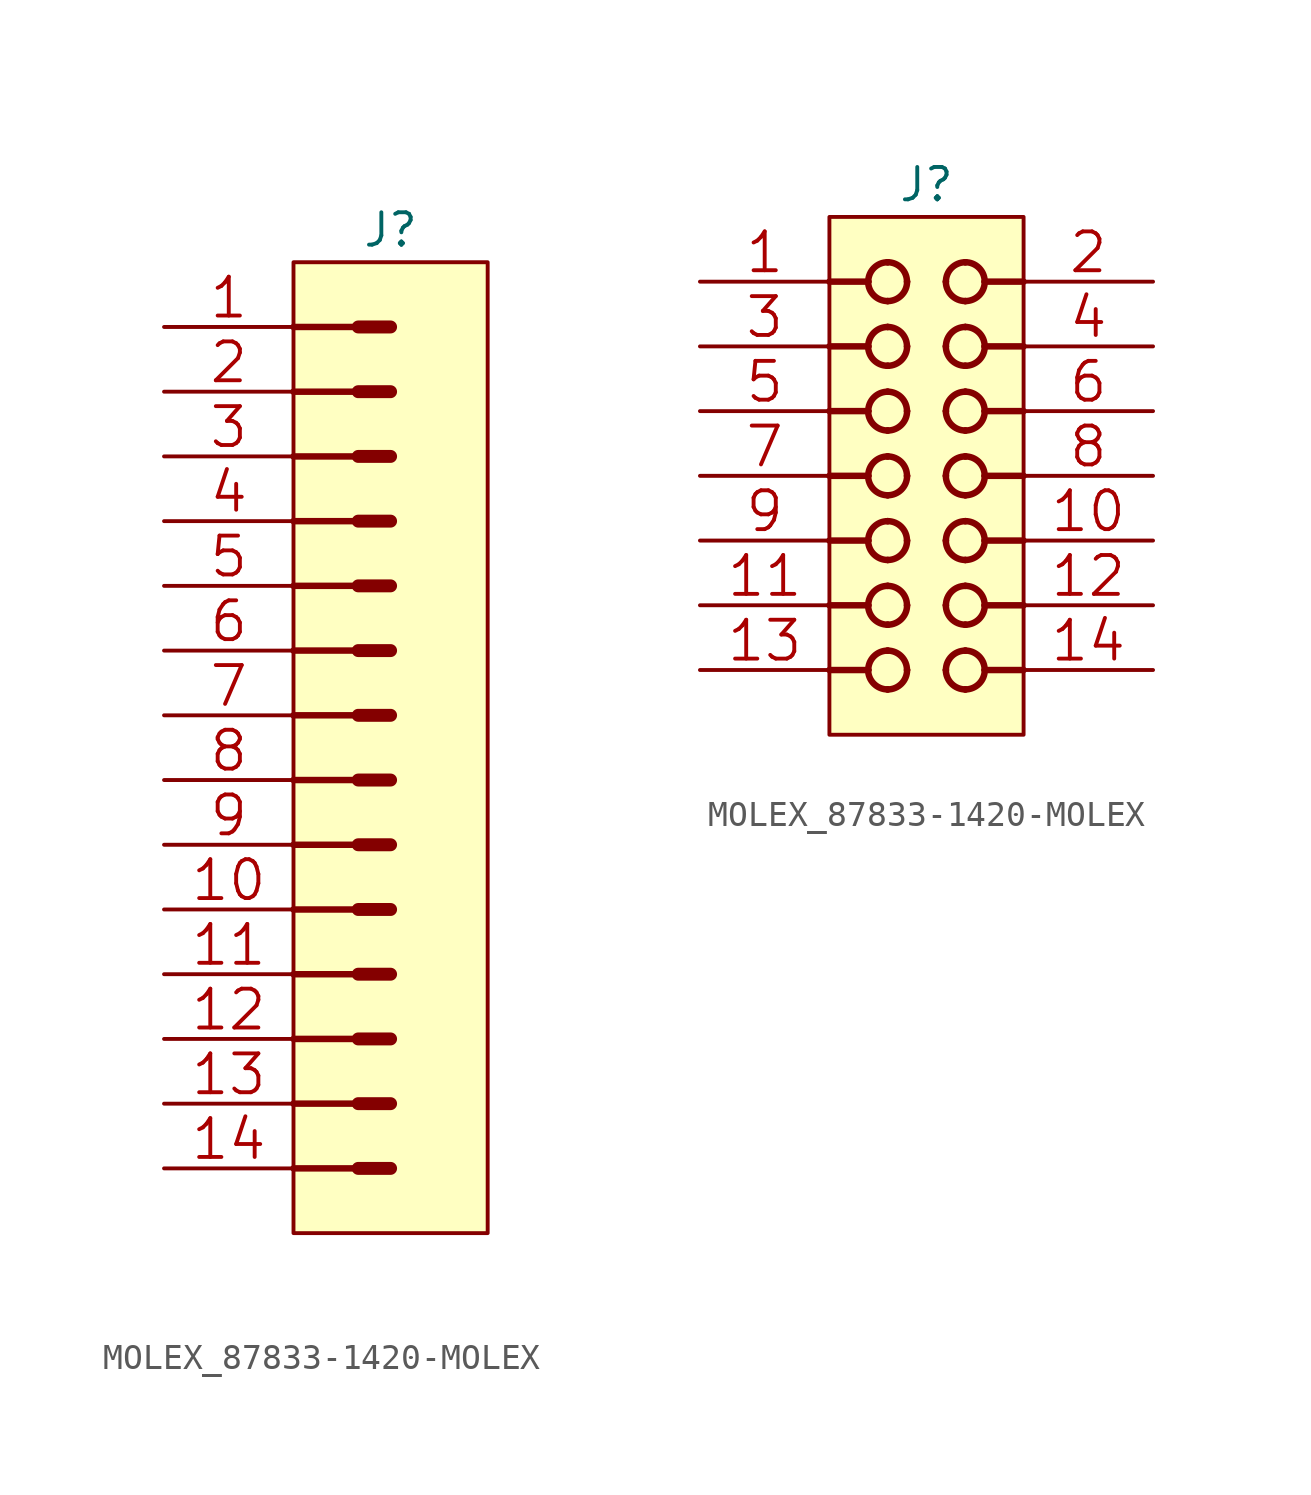
<source format=kicad_sym>
(kicad_symbol_lib
  (version 20200126)
  (host kicad_symbol_editor "(5.99.0-2809-gaceed2b0a4)")
  (symbol "LCD_Board-rescue:MOLEX_87833-1420-MOLEX"
    (pin_names
      (offset 1.27))
    (property "Reference" "J"
      (at 3.81 1.27 0)
      (effects (font (size 1.27 1.27))))
    (property "ki_locked" ""
      (at 0 0 0)
      (effects (font (size 1.27 1.27))))
    (symbol "MOLEX_87833-1420-MOLEX_0_2"
      (arc (start 2.286 -17.018) (end 3.048 -17.78) (radius (at 2.286 -17.78) (length 0.762) (angles 90 0)) (stroke (width 0.254)) (fill (type none)))
      (arc (start 2.286 -17.018) (end 1.524 -17.78) (radius (at 2.286 -17.78) (length 0.762) (angles 90 180)) (stroke (width 0.254)) (fill (type none)))
      (arc (start 2.286 -18.542) (end 3.048 -17.78) (radius (at 2.286 -17.78) (length 0.762) (angles -90 0)) (stroke (width 0.254)) (fill (type none)))
      (arc (start 2.286 -18.542) (end 1.524 -17.78) (radius (at 2.286 -17.78) (length 0.762) (angles -90 180)) (stroke (width 0.254)) (fill (type none)))
      (arc (start 2.286 -14.478) (end 3.048 -15.24) (radius (at 2.286 -15.24) (length 0.762) (angles 90 0)) (stroke (width 0.254)) (fill (type none)))
      (arc (start 2.286 -14.478) (end 1.524 -15.24) (radius (at 2.286 -15.24) (length 0.762) (angles 90 180)) (stroke (width 0.254)) (fill (type none)))
      (arc (start 2.286 -16.002) (end 3.048 -15.24) (radius (at 2.286 -15.24) (length 0.762) (angles -90 0)) (stroke (width 0.254)) (fill (type none)))
      (arc (start 2.286 -16.002) (end 1.524 -15.24) (radius (at 2.286 -15.24) (length 0.762) (angles -90 180)) (stroke (width 0.254)) (fill (type none)))
      (arc (start 2.286 -11.938) (end 3.048 -12.7) (radius (at 2.286 -12.7) (length 0.762) (angles 90 0)) (stroke (width 0.254)) (fill (type none)))
      (arc (start 2.286 -11.938) (end 1.524 -12.7) (radius (at 2.286 -12.7) (length 0.762) (angles 90 180)) (stroke (width 0.254)) (fill (type none)))
      (arc (start 2.286 -13.462) (end 3.048 -12.7) (radius (at 2.286 -12.7) (length 0.762) (angles -90 0)) (stroke (width 0.254)) (fill (type none)))
      (arc (start 2.286 -13.462) (end 1.524 -12.7) (radius (at 2.286 -12.7) (length 0.762) (angles -90 180)) (stroke (width 0.254)) (fill (type none)))
      (arc (start 2.286 -9.398) (end 3.048 -10.16) (radius (at 2.286 -10.16) (length 0.762) (angles 90 0)) (stroke (width 0.254)) (fill (type none)))
      (arc (start 2.286 -9.398) (end 1.524 -10.16) (radius (at 2.286 -10.16) (length 0.762) (angles 90 180)) (stroke (width 0.254)) (fill (type none)))
      (arc (start 2.286 -10.922) (end 3.048 -10.16) (radius (at 2.286 -10.16) (length 0.762) (angles -90 0)) (stroke (width 0.254)) (fill (type none)))
      (arc (start 2.286 -10.922) (end 1.524 -10.16) (radius (at 2.286 -10.16) (length 0.762) (angles -90 180)) (stroke (width 0.254)) (fill (type none)))
      (arc (start 2.286 -6.858) (end 3.048 -7.62) (radius (at 2.286 -7.62) (length 0.762) (angles 90 0)) (stroke (width 0.254)) (fill (type none)))
      (arc (start 2.286 -6.858) (end 1.524 -7.62) (radius (at 2.286 -7.62) (length 0.762) (angles 90 180)) (stroke (width 0.254)) (fill (type none)))
      (arc (start 2.286 -8.382) (end 3.048 -7.62) (radius (at 2.286 -7.62) (length 0.762) (angles -90 0)) (stroke (width 0.254)) (fill (type none)))
      (arc (start 2.286 -8.382) (end 1.524 -7.62) (radius (at 2.286 -7.62) (length 0.762) (angles -90 180)) (stroke (width 0.254)) (fill (type none)))
      (arc (start 2.286 -4.318) (end 3.048 -5.08) (radius (at 2.286 -5.08) (length 0.762) (angles 90 0)) (stroke (width 0.254)) (fill (type none)))
      (arc (start 2.286 -4.318) (end 1.524 -5.08) (radius (at 2.286 -5.08) (length 0.762) (angles 90 180)) (stroke (width 0.254)) (fill (type none)))
      (arc (start 2.286 -5.842) (end 3.048 -5.08) (radius (at 2.286 -5.08) (length 0.762) (angles -90 0)) (stroke (width 0.254)) (fill (type none)))
      (arc (start 2.286 -5.842) (end 1.524 -5.08) (radius (at 2.286 -5.08) (length 0.762) (angles -90 180)) (stroke (width 0.254)) (fill (type none)))
      (arc (start 2.286 -1.778) (end 3.048 -2.54) (radius (at 2.286 -2.54) (length 0.762) (angles 90 0)) (stroke (width 0.254)) (fill (type none)))
      (arc (start 2.286 -1.778) (end 1.524 -2.54) (radius (at 2.286 -2.54) (length 0.762) (angles 90 180)) (stroke (width 0.254)) (fill (type none)))
      (arc (start 2.286 -3.302) (end 3.048 -2.54) (radius (at 2.286 -2.54) (length 0.762) (angles -90 0)) (stroke (width 0.254)) (fill (type none)))
      (arc (start 2.286 -3.302) (end 1.524 -2.54) (radius (at 2.286 -2.54) (length 0.762) (angles -90 180)) (stroke (width 0.254)) (fill (type none)))
      (arc (start 5.334 -17.018) (end 6.096 -17.78) (radius (at 5.334 -17.78) (length 0.762) (angles 90 0)) (stroke (width 0.254)) (fill (type none)))
      (arc (start 5.334 -17.018) (end 4.572 -17.78) (radius (at 5.334 -17.78) (length 0.762) (angles 90 180)) (stroke (width 0.254)) (fill (type none)))
      (arc (start 5.334 -18.542) (end 6.096 -17.78) (radius (at 5.334 -17.78) (length 0.762) (angles -90 0)) (stroke (width 0.254)) (fill (type none)))
      (arc (start 5.334 -18.542) (end 4.572 -17.78) (radius (at 5.334 -17.78) (length 0.762) (angles -90 180)) (stroke (width 0.254)) (fill (type none)))
      (arc (start 5.334 -14.478) (end 6.096 -15.24) (radius (at 5.334 -15.24) (length 0.762) (angles 90 0)) (stroke (width 0.254)) (fill (type none)))
      (arc (start 5.334 -14.478) (end 4.572 -15.24) (radius (at 5.334 -15.24) (length 0.762) (angles 90 180)) (stroke (width 0.254)) (fill (type none)))
      (arc (start 5.334 -16.002) (end 6.096 -15.24) (radius (at 5.334 -15.24) (length 0.762) (angles -90 0)) (stroke (width 0.254)) (fill (type none)))
      (arc (start 5.334 -16.002) (end 4.572 -15.24) (radius (at 5.334 -15.24) (length 0.762) (angles -90 180)) (stroke (width 0.254)) (fill (type none)))
      (arc (start 5.334 -11.938) (end 6.096 -12.7) (radius (at 5.334 -12.7) (length 0.762) (angles 90 0)) (stroke (width 0.254)) (fill (type none)))
      (arc (start 5.334 -11.938) (end 4.572 -12.7) (radius (at 5.334 -12.7) (length 0.762) (angles 90 180)) (stroke (width 0.254)) (fill (type none)))
      (arc (start 5.334 -13.462) (end 6.096 -12.7) (radius (at 5.334 -12.7) (length 0.762) (angles -90 0)) (stroke (width 0.254)) (fill (type none)))
      (arc (start 5.334 -13.462) (end 4.572 -12.7) (radius (at 5.334 -12.7) (length 0.762) (angles -90 180)) (stroke (width 0.254)) (fill (type none)))
      (arc (start 5.334 -9.398) (end 6.096 -10.16) (radius (at 5.334 -10.16) (length 0.762) (angles 90 0)) (stroke (width 0.254)) (fill (type none)))
      (arc (start 5.334 -9.398) (end 4.572 -10.16) (radius (at 5.334 -10.16) (length 0.762) (angles 90 180)) (stroke (width 0.254)) (fill (type none)))
      (arc (start 5.334 -10.922) (end 6.096 -10.16) (radius (at 5.334 -10.16) (length 0.762) (angles -90 0)) (stroke (width 0.254)) (fill (type none)))
      (arc (start 5.334 -10.922) (end 4.572 -10.16) (radius (at 5.334 -10.16) (length 0.762) (angles -90 180)) (stroke (width 0.254)) (fill (type none)))
      (arc (start 5.334 -6.858) (end 6.096 -7.62) (radius (at 5.334 -7.62) (length 0.762) (angles 90 0)) (stroke (width 0.254)) (fill (type none)))
      (arc (start 5.334 -6.858) (end 4.572 -7.62) (radius (at 5.334 -7.62) (length 0.762) (angles 90 180)) (stroke (width 0.254)) (fill (type none)))
      (arc (start 5.334 -8.382) (end 6.096 -7.62) (radius (at 5.334 -7.62) (length 0.762) (angles -90 0)) (stroke (width 0.254)) (fill (type none)))
      (arc (start 5.334 -8.382) (end 4.572 -7.62) (radius (at 5.334 -7.62) (length 0.762) (angles -90 180)) (stroke (width 0.254)) (fill (type none)))
      (arc (start 5.334 -4.318) (end 6.096 -5.08) (radius (at 5.334 -5.08) (length 0.762) (angles 90 0)) (stroke (width 0.254)) (fill (type none)))
      (arc (start 5.334 -4.318) (end 4.572 -5.08) (radius (at 5.334 -5.08) (length 0.762) (angles 90 180)) (stroke (width 0.254)) (fill (type none)))
      (arc (start 5.334 -5.842) (end 6.096 -5.08) (radius (at 5.334 -5.08) (length 0.762) (angles -90 0)) (stroke (width 0.254)) (fill (type none)))
      (arc (start 5.334 -5.842) (end 4.572 -5.08) (radius (at 5.334 -5.08) (length 0.762) (angles -90 180)) (stroke (width 0.254)) (fill (type none)))
      (arc (start 5.334 -1.778) (end 6.096 -2.54) (radius (at 5.334 -2.54) (length 0.762) (angles 90 0)) (stroke (width 0.254)) (fill (type none)))
      (arc (start 5.334 -1.778) (end 4.572 -2.54) (radius (at 5.334 -2.54) (length 0.762) (angles 90 180)) (stroke (width 0.254)) (fill (type none)))
      (arc (start 5.334 -3.302) (end 6.096 -2.54) (radius (at 5.334 -2.54) (length 0.762) (angles -90 0)) (stroke (width 0.254)) (fill (type none)))
      (arc (start 5.334 -3.302) (end 4.572 -2.54) (radius (at 5.334 -2.54) (length 0.762) (angles -90 180)) (stroke (width 0.254)) (fill (type none)))
      (rectangle (start 0 -20.32) (end 7.62 0) (stroke (width 0)) (fill (type background)))
      (polyline (pts (xy 0 -17.78) (xy 1.524 -17.78)) (stroke (width 0.254)) (fill (type none)))
      (polyline (pts (xy 0 -15.24) (xy 1.524 -15.24)) (stroke (width 0.254)) (fill (type none)))
      (polyline (pts (xy 0 -12.7) (xy 1.524 -12.7)) (stroke (width 0.254)) (fill (type none)))
      (polyline (pts (xy 0 -10.16) (xy 1.524 -10.16)) (stroke (width 0.254)) (fill (type none)))
      (polyline (pts (xy 0 -7.62) (xy 1.524 -7.62)) (stroke (width 0.254)) (fill (type none)))
      (polyline (pts (xy 0 -5.08) (xy 1.524 -5.08)) (stroke (width 0.254)) (fill (type none)))
      (polyline (pts (xy 0 -2.54) (xy 1.524 -2.54)) (stroke (width 0.254)) (fill (type none)))
      (polyline (pts (xy 1.524 -17.78) (xy 1.524 -17.78)) (stroke (width 0.254)) (fill (type none)))
      (polyline (pts (xy 1.524 -15.24) (xy 1.524 -15.24)) (stroke (width 0.254)) (fill (type none)))
      (polyline (pts (xy 1.524 -12.7) (xy 1.524 -12.7)) (stroke (width 0.254)) (fill (type none)))
      (polyline (pts (xy 1.524 -10.16) (xy 1.524 -10.16)) (stroke (width 0.254)) (fill (type none)))
      (polyline (pts (xy 1.524 -7.62) (xy 1.524 -7.62)) (stroke (width 0.254)) (fill (type none)))
      (polyline (pts (xy 1.524 -5.08) (xy 1.524 -5.08)) (stroke (width 0.254)) (fill (type none)))
      (polyline (pts (xy 1.524 -2.54) (xy 1.524 -2.54)) (stroke (width 0.254)) (fill (type none)))
      (polyline (pts (xy 2.286 -18.542) (xy 2.286 -18.542)) (stroke (width 0.254)) (fill (type none)))
      (polyline (pts (xy 2.286 -17.018) (xy 2.286 -17.018)) (stroke (width 0.254)) (fill (type none)))
      (polyline (pts (xy 2.286 -16.002) (xy 2.286 -16.002)) (stroke (width 0.254)) (fill (type none)))
      (polyline (pts (xy 2.286 -14.478) (xy 2.286 -14.478)) (stroke (width 0.254)) (fill (type none)))
      (polyline (pts (xy 2.286 -13.462) (xy 2.286 -13.462)) (stroke (width 0.254)) (fill (type none)))
      (polyline (pts (xy 2.286 -11.938) (xy 2.286 -11.938)) (stroke (width 0.254)) (fill (type none)))
      (polyline (pts (xy 2.286 -10.922) (xy 2.286 -10.922)) (stroke (width 0.254)) (fill (type none)))
      (polyline (pts (xy 2.286 -9.398) (xy 2.286 -9.398)) (stroke (width 0.254)) (fill (type none)))
      (polyline (pts (xy 2.286 -8.382) (xy 2.286 -8.382)) (stroke (width 0.254)) (fill (type none)))
      (polyline (pts (xy 2.286 -6.858) (xy 2.286 -6.858)) (stroke (width 0.254)) (fill (type none)))
      (polyline (pts (xy 2.286 -5.842) (xy 2.286 -5.842)) (stroke (width 0.254)) (fill (type none)))
      (polyline (pts (xy 2.286 -4.318) (xy 2.286 -4.318)) (stroke (width 0.254)) (fill (type none)))
      (polyline (pts (xy 2.286 -3.302) (xy 2.286 -3.302)) (stroke (width 0.254)) (fill (type none)))
      (polyline (pts (xy 2.286 -1.778) (xy 2.286 -1.778)) (stroke (width 0.254)) (fill (type none)))
      (polyline (pts (xy 3.048 -17.78) (xy 3.048 -17.78)) (stroke (width 0.254)) (fill (type none)))
      (polyline (pts (xy 3.048 -15.24) (xy 3.048 -15.24)) (stroke (width 0.254)) (fill (type none)))
      (polyline (pts (xy 3.048 -12.7) (xy 3.048 -12.7)) (stroke (width 0.254)) (fill (type none)))
      (polyline (pts (xy 3.048 -10.16) (xy 3.048 -10.16)) (stroke (width 0.254)) (fill (type none)))
      (polyline (pts (xy 3.048 -7.62) (xy 3.048 -7.62)) (stroke (width 0.254)) (fill (type none)))
      (polyline (pts (xy 3.048 -5.08) (xy 3.048 -5.08)) (stroke (width 0.254)) (fill (type none)))
      (polyline (pts (xy 3.048 -2.54) (xy 3.048 -2.54)) (stroke (width 0.254)) (fill (type none)))
      (polyline (pts (xy 4.572 -17.78) (xy 4.572 -17.78)) (stroke (width 0.254)) (fill (type none)))
      (polyline (pts (xy 4.572 -15.24) (xy 4.572 -15.24)) (stroke (width 0.254)) (fill (type none)))
      (polyline (pts (xy 4.572 -12.7) (xy 4.572 -12.7)) (stroke (width 0.254)) (fill (type none)))
      (polyline (pts (xy 4.572 -10.16) (xy 4.572 -10.16)) (stroke (width 0.254)) (fill (type none)))
      (polyline (pts (xy 4.572 -7.62) (xy 4.572 -7.62)) (stroke (width 0.254)) (fill (type none)))
      (polyline (pts (xy 4.572 -5.08) (xy 4.572 -5.08)) (stroke (width 0.254)) (fill (type none)))
      (polyline (pts (xy 4.572 -2.54) (xy 4.572 -2.54)) (stroke (width 0.254)) (fill (type none)))
      (polyline (pts (xy 5.334 -18.542) (xy 5.334 -18.542)) (stroke (width 0.254)) (fill (type none)))
      (polyline (pts (xy 5.334 -17.018) (xy 5.334 -17.018)) (stroke (width 0.254)) (fill (type none)))
      (polyline (pts (xy 5.334 -16.002) (xy 5.334 -16.002)) (stroke (width 0.254)) (fill (type none)))
      (polyline (pts (xy 5.334 -14.478) (xy 5.334 -14.478)) (stroke (width 0.254)) (fill (type none)))
      (polyline (pts (xy 5.334 -13.462) (xy 5.334 -13.462)) (stroke (width 0.254)) (fill (type none)))
      (polyline (pts (xy 5.334 -11.938) (xy 5.334 -11.938)) (stroke (width 0.254)) (fill (type none)))
      (polyline (pts (xy 5.334 -10.922) (xy 5.334 -10.922)) (stroke (width 0.254)) (fill (type none)))
      (polyline (pts (xy 5.334 -9.398) (xy 5.334 -9.398)) (stroke (width 0.254)) (fill (type none)))
      (polyline (pts (xy 5.334 -8.382) (xy 5.334 -8.382)) (stroke (width 0.254)) (fill (type none)))
      (polyline (pts (xy 5.334 -6.858) (xy 5.334 -6.858)) (stroke (width 0.254)) (fill (type none)))
      (polyline (pts (xy 5.334 -5.842) (xy 5.334 -5.842)) (stroke (width 0.254)) (fill (type none)))
      (polyline (pts (xy 5.334 -4.318) (xy 5.334 -4.318)) (stroke (width 0.254)) (fill (type none)))
      (polyline (pts (xy 5.334 -3.302) (xy 5.334 -3.302)) (stroke (width 0.254)) (fill (type none)))
      (polyline (pts (xy 5.334 -1.778) (xy 5.334 -1.778)) (stroke (width 0.254)) (fill (type none)))
      (polyline (pts (xy 6.096 -17.78) (xy 6.096 -17.78)) (stroke (width 0.254)) (fill (type none)))
      (polyline (pts (xy 6.096 -15.24) (xy 6.096 -15.24)) (stroke (width 0.254)) (fill (type none)))
      (polyline (pts (xy 6.096 -12.7) (xy 6.096 -12.7)) (stroke (width 0.254)) (fill (type none)))
      (polyline (pts (xy 6.096 -10.16) (xy 6.096 -10.16)) (stroke (width 0.254)) (fill (type none)))
      (polyline (pts (xy 6.096 -7.62) (xy 6.096 -7.62)) (stroke (width 0.254)) (fill (type none)))
      (polyline (pts (xy 6.096 -5.08) (xy 6.096 -5.08)) (stroke (width 0.254)) (fill (type none)))
      (polyline (pts (xy 6.096 -2.54) (xy 6.096 -2.54)) (stroke (width 0.254)) (fill (type none)))
      (polyline (pts (xy 7.62 -17.78) (xy 6.096 -17.78)) (stroke (width 0.254)) (fill (type none)))
      (polyline (pts (xy 7.62 -15.24) (xy 6.096 -15.24)) (stroke (width 0.254)) (fill (type none)))
      (polyline (pts (xy 7.62 -12.7) (xy 6.096 -12.7)) (stroke (width 0.254)) (fill (type none)))
      (polyline (pts (xy 7.62 -10.16) (xy 6.096 -10.16)) (stroke (width 0.254)) (fill (type none)))
      (polyline (pts (xy 7.62 -7.62) (xy 6.096 -7.62)) (stroke (width 0.254)) (fill (type none)))
      (polyline (pts (xy 7.62 -5.08) (xy 6.096 -5.08)) (stroke (width 0.254)) (fill (type none)))
      (polyline (pts (xy 7.62 -2.54) (xy 6.096 -2.54)) (stroke (width 0.254)) (fill (type none)))
      (pin passive line (at -5.08 -2.54 0) (length 5.08) (name "1" (effects (font (size 0 0)))) (number "1" (effects (font (size 1.524 1.524)))))
      (pin passive line (at 12.7 -12.7 180) (length 5.08) (name "10" (effects (font (size 0 0)))) (number "10" (effects (font (size 1.524 1.524)))))
      (pin passive line (at -5.08 -15.24 0) (length 5.08) (name "11" (effects (font (size 0 0)))) (number "11" (effects (font (size 1.524 1.524)))))
      (pin passive line (at 12.7 -15.24 180) (length 5.08) (name "12" (effects (font (size 0 0)))) (number "12" (effects (font (size 1.524 1.524)))))
      (pin passive line (at -5.08 -17.78 0) (length 5.08) (name "13" (effects (font (size 0 0)))) (number "13" (effects (font (size 1.524 1.524)))))
      (pin passive line (at 12.7 -17.78 180) (length 5.08) (name "14" (effects (font (size 0 0)))) (number "14" (effects (font (size 1.524 1.524)))))
      (pin passive line (at 12.7 -2.54 180) (length 5.08) (name "2" (effects (font (size 0 0)))) (number "2" (effects (font (size 1.524 1.524)))))
      (pin passive line (at -5.08 -5.08 0) (length 5.08) (name "3" (effects (font (size 0 0)))) (number "3" (effects (font (size 1.524 1.524)))))
      (pin passive line (at 12.7 -5.08 180) (length 5.08) (name "4" (effects (font (size 0 0)))) (number "4" (effects (font (size 1.524 1.524)))))
      (pin passive line (at -5.08 -7.62 0) (length 5.08) (name "5" (effects (font (size 0 0)))) (number "5" (effects (font (size 1.524 1.524)))))
      (pin passive line (at 12.7 -7.62 180) (length 5.08) (name "6" (effects (font (size 0 0)))) (number "6" (effects (font (size 1.524 1.524)))))
      (pin passive line (at -5.08 -10.16 0) (length 5.08) (name "7" (effects (font (size 0 0)))) (number "7" (effects (font (size 1.524 1.524)))))
      (pin passive line (at 12.7 -10.16 180) (length 5.08) (name "8" (effects (font (size 0 0)))) (number "8" (effects (font (size 1.524 1.524)))))
      (pin passive line (at -5.08 -12.7 0) (length 5.08) (name "9" (effects (font (size 0 0)))) (number "9" (effects (font (size 1.524 1.524))))))
    (symbol "MOLEX_87833-1420-MOLEX_0_1"
      (rectangle (start 0 -38.1) (end 7.62 0) (stroke (width 0)) (fill (type background)))
      (polyline (pts (xy 0 -35.56) (xy 2.54 -35.56)) (stroke (width 0.254)) (fill (type none)))
      (polyline (pts (xy 0 -33.02) (xy 2.54 -33.02)) (stroke (width 0.254)) (fill (type none)))
      (polyline (pts (xy 0 -30.48) (xy 2.54 -30.48)) (stroke (width 0.254)) (fill (type none)))
      (polyline (pts (xy 0 -27.94) (xy 2.54 -27.94)) (stroke (width 0.254)) (fill (type none)))
      (polyline (pts (xy 0 -25.4) (xy 2.54 -25.4)) (stroke (width 0.254)) (fill (type none)))
      (polyline (pts (xy 0 -22.86) (xy 2.54 -22.86)) (stroke (width 0.254)) (fill (type none)))
      (polyline (pts (xy 0 -20.32) (xy 2.54 -20.32)) (stroke (width 0.254)) (fill (type none)))
      (polyline (pts (xy 0 -17.78) (xy 2.54 -17.78)) (stroke (width 0.254)) (fill (type none)))
      (polyline (pts (xy 0 -15.24) (xy 2.54 -15.24)) (stroke (width 0.254)) (fill (type none)))
      (polyline (pts (xy 0 -12.7) (xy 2.54 -12.7)) (stroke (width 0.254)) (fill (type none)))
      (polyline (pts (xy 0 -10.16) (xy 2.54 -10.16)) (stroke (width 0.254)) (fill (type none)))
      (polyline (pts (xy 0 -7.62) (xy 2.54 -7.62)) (stroke (width 0.254)) (fill (type none)))
      (polyline (pts (xy 0 -5.08) (xy 2.54 -5.08)) (stroke (width 0.254)) (fill (type none)))
      (polyline (pts (xy 0 -2.54) (xy 2.54 -2.54)) (stroke (width 0.254)) (fill (type none)))
      (polyline (pts (xy 3.81 -35.56) (xy 2.54 -35.56)) (stroke (width 0.508)) (fill (type none)))
      (polyline (pts (xy 3.81 -33.02) (xy 2.54 -33.02)) (stroke (width 0.508)) (fill (type none)))
      (polyline (pts (xy 3.81 -30.48) (xy 2.54 -30.48)) (stroke (width 0.508)) (fill (type none)))
      (polyline (pts (xy 3.81 -27.94) (xy 2.54 -27.94)) (stroke (width 0.508)) (fill (type none)))
      (polyline (pts (xy 3.81 -25.4) (xy 2.54 -25.4)) (stroke (width 0.508)) (fill (type none)))
      (polyline (pts (xy 3.81 -22.86) (xy 2.54 -22.86)) (stroke (width 0.508)) (fill (type none)))
      (polyline (pts (xy 3.81 -20.32) (xy 2.54 -20.32)) (stroke (width 0.508)) (fill (type none)))
      (polyline (pts (xy 3.81 -17.78) (xy 2.54 -17.78)) (stroke (width 0.508)) (fill (type none)))
      (polyline (pts (xy 3.81 -15.24) (xy 2.54 -15.24)) (stroke (width 0.508)) (fill (type none)))
      (polyline (pts (xy 3.81 -12.7) (xy 2.54 -12.7)) (stroke (width 0.508)) (fill (type none)))
      (polyline (pts (xy 3.81 -10.16) (xy 2.54 -10.16)) (stroke (width 0.508)) (fill (type none)))
      (polyline (pts (xy 3.81 -7.62) (xy 2.54 -7.62)) (stroke (width 0.508)) (fill (type none)))
      (polyline (pts (xy 3.81 -5.08) (xy 2.54 -5.08)) (stroke (width 0.508)) (fill (type none)))
      (polyline (pts (xy 3.81 -2.54) (xy 2.54 -2.54)) (stroke (width 0.508)) (fill (type none)))
      (pin passive line (at -5.08 -2.54 0) (length 5.08) (name "1" (effects (font (size 0 0)))) (number "1" (effects (font (size 1.524 1.524)))))
      (pin passive line (at -5.08 -25.4 0) (length 5.08) (name "10" (effects (font (size 0 0)))) (number "10" (effects (font (size 1.524 1.524)))))
      (pin passive line (at -5.08 -27.94 0) (length 5.08) (name "11" (effects (font (size 0 0)))) (number "11" (effects (font (size 1.524 1.524)))))
      (pin passive line (at -5.08 -30.48 0) (length 5.08) (name "12" (effects (font (size 0 0)))) (number "12" (effects (font (size 1.524 1.524)))))
      (pin passive line (at -5.08 -33.02 0) (length 5.08) (name "13" (effects (font (size 0 0)))) (number "13" (effects (font (size 1.524 1.524)))))
      (pin passive line (at -5.08 -35.56 0) (length 5.08) (name "14" (effects (font (size 0 0)))) (number "14" (effects (font (size 1.524 1.524)))))
      (pin passive line (at -5.08 -5.08 0) (length 5.08) (name "2" (effects (font (size 0 0)))) (number "2" (effects (font (size 1.524 1.524)))))
      (pin passive line (at -5.08 -7.62 0) (length 5.08) (name "3" (effects (font (size 0 0)))) (number "3" (effects (font (size 1.524 1.524)))))
      (pin passive line (at -5.08 -10.16 0) (length 5.08) (name "4" (effects (font (size 0 0)))) (number "4" (effects (font (size 1.524 1.524)))))
      (pin passive line (at -5.08 -12.7 0) (length 5.08) (name "5" (effects (font (size 0 0)))) (number "5" (effects (font (size 1.524 1.524)))))
      (pin passive line (at -5.08 -15.24 0) (length 5.08) (name "6" (effects (font (size 0 0)))) (number "6" (effects (font (size 1.524 1.524)))))
      (pin passive line (at -5.08 -17.78 0) (length 5.08) (name "7" (effects (font (size 0 0)))) (number "7" (effects (font (size 1.524 1.524)))))
      (pin passive line (at -5.08 -20.32 0) (length 5.08) (name "8" (effects (font (size 0 0)))) (number "8" (effects (font (size 1.524 1.524)))))
      (pin passive line (at -5.08 -22.86 0) (length 5.08) (name "9" (effects (font (size 0 0)))) (number "9" (effects (font (size 1.524 1.524))))))))
</source>
